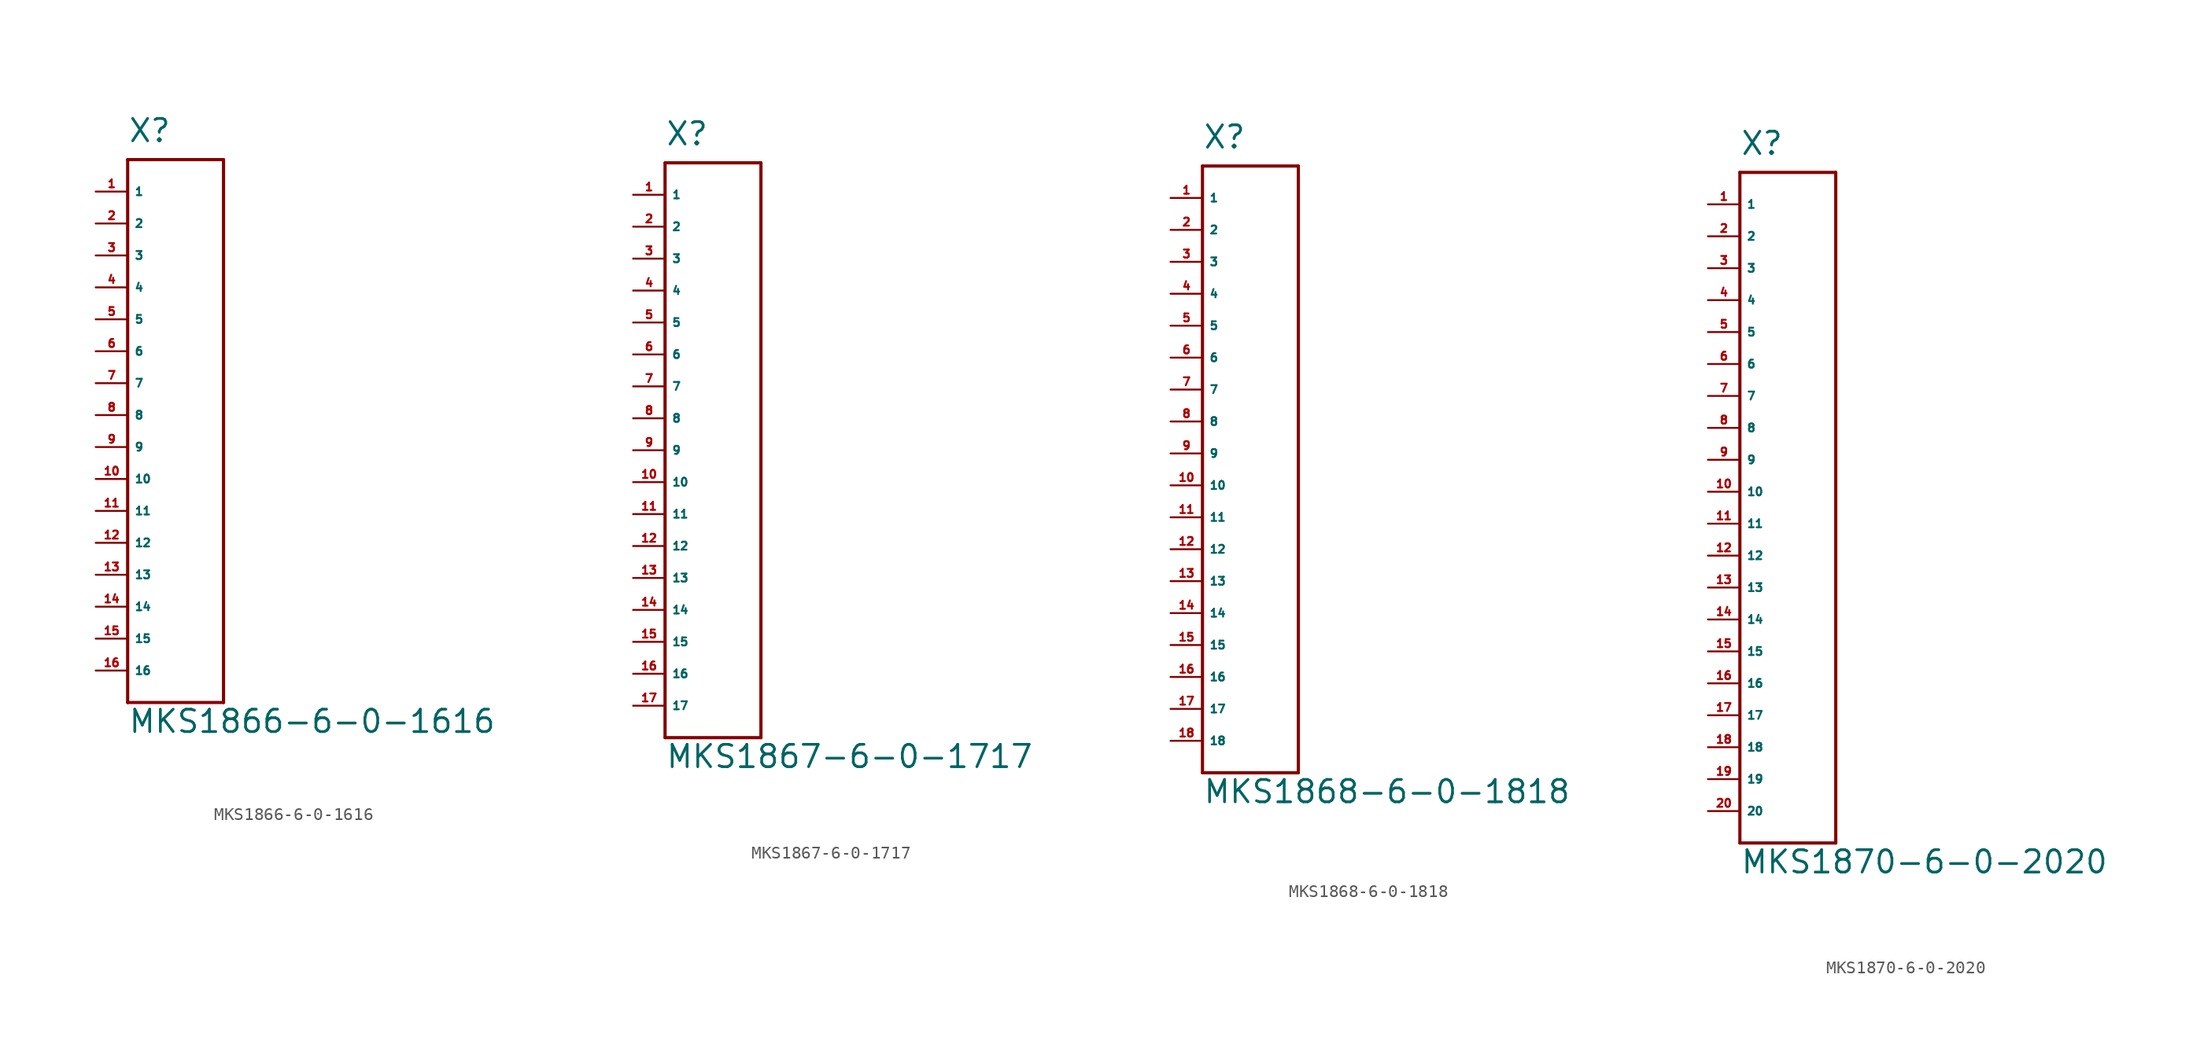
<source format=kicad_sym>
(kicad_symbol_lib
  (version 20220914)
  (generator Eagle2Kicad)
  (symbol "MKS1866-6-0-1616"
    (property "Reference" "X"
      (at -2.54 3.81 0)
      (effects (font (size 1.778 1.778) (thickness 0.22)) (justify left bottom)))
    (property "Value" "MKS1866-6-0-1616"
      (at -2.54 -43.18 0)
      (effects (font (size 1.778 1.778) (thickness 0.22)) (justify left bottom)))
    (polyline
      (pts (xy -2.54 2.54) (xy 5.08 2.54))
      (stroke (width 0.254) (type default))
      (fill (type none)))
    (polyline
      (pts (xy 5.08 2.54) (xy 5.08 -40.64))
      (stroke (width 0.254) (type default))
      (fill (type none)))
    (polyline
      (pts (xy 5.08 -40.64) (xy -2.54 -40.64))
      (stroke (width 0.254) (type default))
      (fill (type none)))
    (polyline
      (pts (xy -2.54 -40.64) (xy -2.54 2.54))
      (stroke (width 0.254) (type default))
      (fill (type none)))
    (pin input line
      (at -5.08 0 0)
      (length 2.54)
      (name "1" (effects (font (size 0.635 0.635) (thickness 0.08)) (justify left bottom)))
      (number "1" (effects (font (size 0.635 0.635) (thickness 0.08)) (justify left bottom))))
    (pin input line
      (at -5.08 -2.54 0)
      (length 2.54)
      (name "2" (effects (font (size 0.635 0.635) (thickness 0.08)) (justify left bottom)))
      (number "2" (effects (font (size 0.635 0.635) (thickness 0.08)) (justify left bottom))))
    (pin input line
      (at -5.08 -5.08 0)
      (length 2.54)
      (name "3" (effects (font (size 0.635 0.635) (thickness 0.08)) (justify left bottom)))
      (number "3" (effects (font (size 0.635 0.635) (thickness 0.08)) (justify left bottom))))
    (pin input line
      (at -5.08 -7.62 0)
      (length 2.54)
      (name "4" (effects (font (size 0.635 0.635) (thickness 0.08)) (justify left bottom)))
      (number "4" (effects (font (size 0.635 0.635) (thickness 0.08)) (justify left bottom))))
    (pin input line
      (at -5.08 -10.16 0)
      (length 2.54)
      (name "5" (effects (font (size 0.635 0.635) (thickness 0.08)) (justify left bottom)))
      (number "5" (effects (font (size 0.635 0.635) (thickness 0.08)) (justify left bottom))))
    (pin input line
      (at -5.08 -12.7 0)
      (length 2.54)
      (name "6" (effects (font (size 0.635 0.635) (thickness 0.08)) (justify left bottom)))
      (number "6" (effects (font (size 0.635 0.635) (thickness 0.08)) (justify left bottom))))
    (pin input line
      (at -5.08 -15.24 0)
      (length 2.54)
      (name "7" (effects (font (size 0.635 0.635) (thickness 0.08)) (justify left bottom)))
      (number "7" (effects (font (size 0.635 0.635) (thickness 0.08)) (justify left bottom))))
    (pin input line
      (at -5.08 -17.78 0)
      (length 2.54)
      (name "8" (effects (font (size 0.635 0.635) (thickness 0.08)) (justify left bottom)))
      (number "8" (effects (font (size 0.635 0.635) (thickness 0.08)) (justify left bottom))))
    (pin input line
      (at -5.08 -20.32 0)
      (length 2.54)
      (name "9" (effects (font (size 0.635 0.635) (thickness 0.08)) (justify left bottom)))
      (number "9" (effects (font (size 0.635 0.635) (thickness 0.08)) (justify left bottom))))
    (pin input line
      (at -5.08 -22.86 0)
      (length 2.54)
      (name "10" (effects (font (size 0.635 0.635) (thickness 0.08)) (justify left bottom)))
      (number "10" (effects (font (size 0.635 0.635) (thickness 0.08)) (justify left bottom))))
    (pin input line
      (at -5.08 -25.4 0)
      (length 2.54)
      (name "11" (effects (font (size 0.635 0.635) (thickness 0.08)) (justify left bottom)))
      (number "11" (effects (font (size 0.635 0.635) (thickness 0.08)) (justify left bottom))))
    (pin input line
      (at -5.08 -27.94 0)
      (length 2.54)
      (name "12" (effects (font (size 0.635 0.635) (thickness 0.08)) (justify left bottom)))
      (number "12" (effects (font (size 0.635 0.635) (thickness 0.08)) (justify left bottom))))
    (pin input line
      (at -5.08 -30.48 0)
      (length 2.54)
      (name "13" (effects (font (size 0.635 0.635) (thickness 0.08)) (justify left bottom)))
      (number "13" (effects (font (size 0.635 0.635) (thickness 0.08)) (justify left bottom))))
    (pin input line
      (at -5.08 -33.02 0)
      (length 2.54)
      (name "14" (effects (font (size 0.635 0.635) (thickness 0.08)) (justify left bottom)))
      (number "14" (effects (font (size 0.635 0.635) (thickness 0.08)) (justify left bottom))))
    (pin input line
      (at -5.08 -35.56 0)
      (length 2.54)
      (name "15" (effects (font (size 0.635 0.635) (thickness 0.08)) (justify left bottom)))
      (number "15" (effects (font (size 0.635 0.635) (thickness 0.08)) (justify left bottom))))
    (pin input line
      (at -5.08 -38.1 0)
      (length 2.54)
      (name "16" (effects (font (size 0.635 0.635) (thickness 0.08)) (justify left bottom)))
      (number "16" (effects (font (size 0.635 0.635) (thickness 0.08)) (justify left bottom)))))
  (symbol "MKS1867-6-0-1717"
    (property "Reference" "X"
      (at -2.54 3.81 0)
      (effects (font (size 1.778 1.778) (thickness 0.22)) (justify left bottom)))
    (property "Value" "MKS1867-6-0-1717"
      (at -2.54 -45.72 0)
      (effects (font (size 1.778 1.778) (thickness 0.22)) (justify left bottom)))
    (polyline
      (pts (xy -2.54 2.54) (xy 5.08 2.54))
      (stroke (width 0.254) (type default))
      (fill (type none)))
    (polyline
      (pts (xy 5.08 2.54) (xy 5.08 -43.18))
      (stroke (width 0.254) (type default))
      (fill (type none)))
    (polyline
      (pts (xy 5.08 -43.18) (xy -2.54 -43.18))
      (stroke (width 0.254) (type default))
      (fill (type none)))
    (polyline
      (pts (xy -2.54 -43.18) (xy -2.54 2.54))
      (stroke (width 0.254) (type default))
      (fill (type none)))
    (pin input line
      (at -5.08 0 0)
      (length 2.54)
      (name "1" (effects (font (size 0.635 0.635) (thickness 0.08)) (justify left bottom)))
      (number "1" (effects (font (size 0.635 0.635) (thickness 0.08)) (justify left bottom))))
    (pin input line
      (at -5.08 -2.54 0)
      (length 2.54)
      (name "2" (effects (font (size 0.635 0.635) (thickness 0.08)) (justify left bottom)))
      (number "2" (effects (font (size 0.635 0.635) (thickness 0.08)) (justify left bottom))))
    (pin input line
      (at -5.08 -5.08 0)
      (length 2.54)
      (name "3" (effects (font (size 0.635 0.635) (thickness 0.08)) (justify left bottom)))
      (number "3" (effects (font (size 0.635 0.635) (thickness 0.08)) (justify left bottom))))
    (pin input line
      (at -5.08 -7.62 0)
      (length 2.54)
      (name "4" (effects (font (size 0.635 0.635) (thickness 0.08)) (justify left bottom)))
      (number "4" (effects (font (size 0.635 0.635) (thickness 0.08)) (justify left bottom))))
    (pin input line
      (at -5.08 -10.16 0)
      (length 2.54)
      (name "5" (effects (font (size 0.635 0.635) (thickness 0.08)) (justify left bottom)))
      (number "5" (effects (font (size 0.635 0.635) (thickness 0.08)) (justify left bottom))))
    (pin input line
      (at -5.08 -12.7 0)
      (length 2.54)
      (name "6" (effects (font (size 0.635 0.635) (thickness 0.08)) (justify left bottom)))
      (number "6" (effects (font (size 0.635 0.635) (thickness 0.08)) (justify left bottom))))
    (pin input line
      (at -5.08 -15.24 0)
      (length 2.54)
      (name "7" (effects (font (size 0.635 0.635) (thickness 0.08)) (justify left bottom)))
      (number "7" (effects (font (size 0.635 0.635) (thickness 0.08)) (justify left bottom))))
    (pin input line
      (at -5.08 -17.78 0)
      (length 2.54)
      (name "8" (effects (font (size 0.635 0.635) (thickness 0.08)) (justify left bottom)))
      (number "8" (effects (font (size 0.635 0.635) (thickness 0.08)) (justify left bottom))))
    (pin input line
      (at -5.08 -20.32 0)
      (length 2.54)
      (name "9" (effects (font (size 0.635 0.635) (thickness 0.08)) (justify left bottom)))
      (number "9" (effects (font (size 0.635 0.635) (thickness 0.08)) (justify left bottom))))
    (pin input line
      (at -5.08 -22.86 0)
      (length 2.54)
      (name "10" (effects (font (size 0.635 0.635) (thickness 0.08)) (justify left bottom)))
      (number "10" (effects (font (size 0.635 0.635) (thickness 0.08)) (justify left bottom))))
    (pin input line
      (at -5.08 -25.4 0)
      (length 2.54)
      (name "11" (effects (font (size 0.635 0.635) (thickness 0.08)) (justify left bottom)))
      (number "11" (effects (font (size 0.635 0.635) (thickness 0.08)) (justify left bottom))))
    (pin input line
      (at -5.08 -27.94 0)
      (length 2.54)
      (name "12" (effects (font (size 0.635 0.635) (thickness 0.08)) (justify left bottom)))
      (number "12" (effects (font (size 0.635 0.635) (thickness 0.08)) (justify left bottom))))
    (pin input line
      (at -5.08 -30.48 0)
      (length 2.54)
      (name "13" (effects (font (size 0.635 0.635) (thickness 0.08)) (justify left bottom)))
      (number "13" (effects (font (size 0.635 0.635) (thickness 0.08)) (justify left bottom))))
    (pin input line
      (at -5.08 -33.02 0)
      (length 2.54)
      (name "14" (effects (font (size 0.635 0.635) (thickness 0.08)) (justify left bottom)))
      (number "14" (effects (font (size 0.635 0.635) (thickness 0.08)) (justify left bottom))))
    (pin input line
      (at -5.08 -35.56 0)
      (length 2.54)
      (name "15" (effects (font (size 0.635 0.635) (thickness 0.08)) (justify left bottom)))
      (number "15" (effects (font (size 0.635 0.635) (thickness 0.08)) (justify left bottom))))
    (pin input line
      (at -5.08 -38.1 0)
      (length 2.54)
      (name "16" (effects (font (size 0.635 0.635) (thickness 0.08)) (justify left bottom)))
      (number "16" (effects (font (size 0.635 0.635) (thickness 0.08)) (justify left bottom))))
    (pin input line
      (at -5.08 -40.64 0)
      (length 2.54)
      (name "17" (effects (font (size 0.635 0.635) (thickness 0.08)) (justify left bottom)))
      (number "17" (effects (font (size 0.635 0.635) (thickness 0.08)) (justify left bottom)))))
  (symbol "MKS1868-6-0-1818"
    (property "Reference" "X"
      (at -2.54 3.81 0)
      (effects (font (size 1.778 1.778) (thickness 0.22)) (justify left bottom)))
    (property "Value" "MKS1868-6-0-1818"
      (at -2.54 -48.26 0)
      (effects (font (size 1.778 1.778) (thickness 0.22)) (justify left bottom)))
    (polyline
      (pts (xy -2.54 2.54) (xy 5.08 2.54))
      (stroke (width 0.254) (type default))
      (fill (type none)))
    (polyline
      (pts (xy 5.08 2.54) (xy 5.08 -45.72))
      (stroke (width 0.254) (type default))
      (fill (type none)))
    (polyline
      (pts (xy 5.08 -45.72) (xy -2.54 -45.72))
      (stroke (width 0.254) (type default))
      (fill (type none)))
    (polyline
      (pts (xy -2.54 -45.72) (xy -2.54 2.54))
      (stroke (width 0.254) (type default))
      (fill (type none)))
    (pin input line
      (at -5.08 0 0)
      (length 2.54)
      (name "1" (effects (font (size 0.635 0.635) (thickness 0.08)) (justify left bottom)))
      (number "1" (effects (font (size 0.635 0.635) (thickness 0.08)) (justify left bottom))))
    (pin input line
      (at -5.08 -2.54 0)
      (length 2.54)
      (name "2" (effects (font (size 0.635 0.635) (thickness 0.08)) (justify left bottom)))
      (number "2" (effects (font (size 0.635 0.635) (thickness 0.08)) (justify left bottom))))
    (pin input line
      (at -5.08 -5.08 0)
      (length 2.54)
      (name "3" (effects (font (size 0.635 0.635) (thickness 0.08)) (justify left bottom)))
      (number "3" (effects (font (size 0.635 0.635) (thickness 0.08)) (justify left bottom))))
    (pin input line
      (at -5.08 -7.62 0)
      (length 2.54)
      (name "4" (effects (font (size 0.635 0.635) (thickness 0.08)) (justify left bottom)))
      (number "4" (effects (font (size 0.635 0.635) (thickness 0.08)) (justify left bottom))))
    (pin input line
      (at -5.08 -10.16 0)
      (length 2.54)
      (name "5" (effects (font (size 0.635 0.635) (thickness 0.08)) (justify left bottom)))
      (number "5" (effects (font (size 0.635 0.635) (thickness 0.08)) (justify left bottom))))
    (pin input line
      (at -5.08 -12.7 0)
      (length 2.54)
      (name "6" (effects (font (size 0.635 0.635) (thickness 0.08)) (justify left bottom)))
      (number "6" (effects (font (size 0.635 0.635) (thickness 0.08)) (justify left bottom))))
    (pin input line
      (at -5.08 -15.24 0)
      (length 2.54)
      (name "7" (effects (font (size 0.635 0.635) (thickness 0.08)) (justify left bottom)))
      (number "7" (effects (font (size 0.635 0.635) (thickness 0.08)) (justify left bottom))))
    (pin input line
      (at -5.08 -17.78 0)
      (length 2.54)
      (name "8" (effects (font (size 0.635 0.635) (thickness 0.08)) (justify left bottom)))
      (number "8" (effects (font (size 0.635 0.635) (thickness 0.08)) (justify left bottom))))
    (pin input line
      (at -5.08 -20.32 0)
      (length 2.54)
      (name "9" (effects (font (size 0.635 0.635) (thickness 0.08)) (justify left bottom)))
      (number "9" (effects (font (size 0.635 0.635) (thickness 0.08)) (justify left bottom))))
    (pin input line
      (at -5.08 -22.86 0)
      (length 2.54)
      (name "10" (effects (font (size 0.635 0.635) (thickness 0.08)) (justify left bottom)))
      (number "10" (effects (font (size 0.635 0.635) (thickness 0.08)) (justify left bottom))))
    (pin input line
      (at -5.08 -25.4 0)
      (length 2.54)
      (name "11" (effects (font (size 0.635 0.635) (thickness 0.08)) (justify left bottom)))
      (number "11" (effects (font (size 0.635 0.635) (thickness 0.08)) (justify left bottom))))
    (pin input line
      (at -5.08 -27.94 0)
      (length 2.54)
      (name "12" (effects (font (size 0.635 0.635) (thickness 0.08)) (justify left bottom)))
      (number "12" (effects (font (size 0.635 0.635) (thickness 0.08)) (justify left bottom))))
    (pin input line
      (at -5.08 -30.48 0)
      (length 2.54)
      (name "13" (effects (font (size 0.635 0.635) (thickness 0.08)) (justify left bottom)))
      (number "13" (effects (font (size 0.635 0.635) (thickness 0.08)) (justify left bottom))))
    (pin input line
      (at -5.08 -33.02 0)
      (length 2.54)
      (name "14" (effects (font (size 0.635 0.635) (thickness 0.08)) (justify left bottom)))
      (number "14" (effects (font (size 0.635 0.635) (thickness 0.08)) (justify left bottom))))
    (pin input line
      (at -5.08 -35.56 0)
      (length 2.54)
      (name "15" (effects (font (size 0.635 0.635) (thickness 0.08)) (justify left bottom)))
      (number "15" (effects (font (size 0.635 0.635) (thickness 0.08)) (justify left bottom))))
    (pin input line
      (at -5.08 -38.1 0)
      (length 2.54)
      (name "16" (effects (font (size 0.635 0.635) (thickness 0.08)) (justify left bottom)))
      (number "16" (effects (font (size 0.635 0.635) (thickness 0.08)) (justify left bottom))))
    (pin input line
      (at -5.08 -40.64 0)
      (length 2.54)
      (name "17" (effects (font (size 0.635 0.635) (thickness 0.08)) (justify left bottom)))
      (number "17" (effects (font (size 0.635 0.635) (thickness 0.08)) (justify left bottom))))
    (pin input line
      (at -5.08 -43.18 0)
      (length 2.54)
      (name "18" (effects (font (size 0.635 0.635) (thickness 0.08)) (justify left bottom)))
      (number "18" (effects (font (size 0.635 0.635) (thickness 0.08)) (justify left bottom)))))
  (symbol "MKS1870-6-0-2020"
    (property "Reference" "X"
      (at -2.54 3.81 0)
      (effects (font (size 1.778 1.778) (thickness 0.22)) (justify left bottom)))
    (property "Value" "MKS1870-6-0-2020"
      (at -2.54 -53.34 0)
      (effects (font (size 1.778 1.778) (thickness 0.22)) (justify left bottom)))
    (polyline
      (pts (xy -2.54 2.54) (xy 5.08 2.54))
      (stroke (width 0.254) (type default))
      (fill (type none)))
    (polyline
      (pts (xy 5.08 2.54) (xy 5.08 -50.8))
      (stroke (width 0.254) (type default))
      (fill (type none)))
    (polyline
      (pts (xy 5.08 -50.8) (xy -2.54 -50.8))
      (stroke (width 0.254) (type default))
      (fill (type none)))
    (polyline
      (pts (xy -2.54 -50.8) (xy -2.54 2.54))
      (stroke (width 0.254) (type default))
      (fill (type none)))
    (pin input line
      (at -5.08 0 0)
      (length 2.54)
      (name "1" (effects (font (size 0.635 0.635) (thickness 0.08)) (justify left bottom)))
      (number "1" (effects (font (size 0.635 0.635) (thickness 0.08)) (justify left bottom))))
    (pin input line
      (at -5.08 -2.54 0)
      (length 2.54)
      (name "2" (effects (font (size 0.635 0.635) (thickness 0.08)) (justify left bottom)))
      (number "2" (effects (font (size 0.635 0.635) (thickness 0.08)) (justify left bottom))))
    (pin input line
      (at -5.08 -5.08 0)
      (length 2.54)
      (name "3" (effects (font (size 0.635 0.635) (thickness 0.08)) (justify left bottom)))
      (number "3" (effects (font (size 0.635 0.635) (thickness 0.08)) (justify left bottom))))
    (pin input line
      (at -5.08 -7.62 0)
      (length 2.54)
      (name "4" (effects (font (size 0.635 0.635) (thickness 0.08)) (justify left bottom)))
      (number "4" (effects (font (size 0.635 0.635) (thickness 0.08)) (justify left bottom))))
    (pin input line
      (at -5.08 -10.16 0)
      (length 2.54)
      (name "5" (effects (font (size 0.635 0.635) (thickness 0.08)) (justify left bottom)))
      (number "5" (effects (font (size 0.635 0.635) (thickness 0.08)) (justify left bottom))))
    (pin input line
      (at -5.08 -12.7 0)
      (length 2.54)
      (name "6" (effects (font (size 0.635 0.635) (thickness 0.08)) (justify left bottom)))
      (number "6" (effects (font (size 0.635 0.635) (thickness 0.08)) (justify left bottom))))
    (pin input line
      (at -5.08 -15.24 0)
      (length 2.54)
      (name "7" (effects (font (size 0.635 0.635) (thickness 0.08)) (justify left bottom)))
      (number "7" (effects (font (size 0.635 0.635) (thickness 0.08)) (justify left bottom))))
    (pin input line
      (at -5.08 -17.78 0)
      (length 2.54)
      (name "8" (effects (font (size 0.635 0.635) (thickness 0.08)) (justify left bottom)))
      (number "8" (effects (font (size 0.635 0.635) (thickness 0.08)) (justify left bottom))))
    (pin input line
      (at -5.08 -20.32 0)
      (length 2.54)
      (name "9" (effects (font (size 0.635 0.635) (thickness 0.08)) (justify left bottom)))
      (number "9" (effects (font (size 0.635 0.635) (thickness 0.08)) (justify left bottom))))
    (pin input line
      (at -5.08 -22.86 0)
      (length 2.54)
      (name "10" (effects (font (size 0.635 0.635) (thickness 0.08)) (justify left bottom)))
      (number "10" (effects (font (size 0.635 0.635) (thickness 0.08)) (justify left bottom))))
    (pin input line
      (at -5.08 -25.4 0)
      (length 2.54)
      (name "11" (effects (font (size 0.635 0.635) (thickness 0.08)) (justify left bottom)))
      (number "11" (effects (font (size 0.635 0.635) (thickness 0.08)) (justify left bottom))))
    (pin input line
      (at -5.08 -27.94 0)
      (length 2.54)
      (name "12" (effects (font (size 0.635 0.635) (thickness 0.08)) (justify left bottom)))
      (number "12" (effects (font (size 0.635 0.635) (thickness 0.08)) (justify left bottom))))
    (pin input line
      (at -5.08 -30.48 0)
      (length 2.54)
      (name "13" (effects (font (size 0.635 0.635) (thickness 0.08)) (justify left bottom)))
      (number "13" (effects (font (size 0.635 0.635) (thickness 0.08)) (justify left bottom))))
    (pin input line
      (at -5.08 -33.02 0)
      (length 2.54)
      (name "14" (effects (font (size 0.635 0.635) (thickness 0.08)) (justify left bottom)))
      (number "14" (effects (font (size 0.635 0.635) (thickness 0.08)) (justify left bottom))))
    (pin input line
      (at -5.08 -35.56 0)
      (length 2.54)
      (name "15" (effects (font (size 0.635 0.635) (thickness 0.08)) (justify left bottom)))
      (number "15" (effects (font (size 0.635 0.635) (thickness 0.08)) (justify left bottom))))
    (pin input line
      (at -5.08 -38.1 0)
      (length 2.54)
      (name "16" (effects (font (size 0.635 0.635) (thickness 0.08)) (justify left bottom)))
      (number "16" (effects (font (size 0.635 0.635) (thickness 0.08)) (justify left bottom))))
    (pin input line
      (at -5.08 -40.64 0)
      (length 2.54)
      (name "17" (effects (font (size 0.635 0.635) (thickness 0.08)) (justify left bottom)))
      (number "17" (effects (font (size 0.635 0.635) (thickness 0.08)) (justify left bottom))))
    (pin input line
      (at -5.08 -43.18 0)
      (length 2.54)
      (name "18" (effects (font (size 0.635 0.635) (thickness 0.08)) (justify left bottom)))
      (number "18" (effects (font (size 0.635 0.635) (thickness 0.08)) (justify left bottom))))
    (pin input line
      (at -5.08 -45.72 0)
      (length 2.54)
      (name "19" (effects (font (size 0.635 0.635) (thickness 0.08)) (justify left bottom)))
      (number "19" (effects (font (size 0.635 0.635) (thickness 0.08)) (justify left bottom))))
    (pin input line
      (at -5.08 -48.26 0)
      (length 2.54)
      (name "20" (effects (font (size 0.635 0.635) (thickness 0.08)) (justify left bottom)))
      (number "20" (effects (font (size 0.635 0.635) (thickness 0.08)) (justify left bottom))))))
</source>
